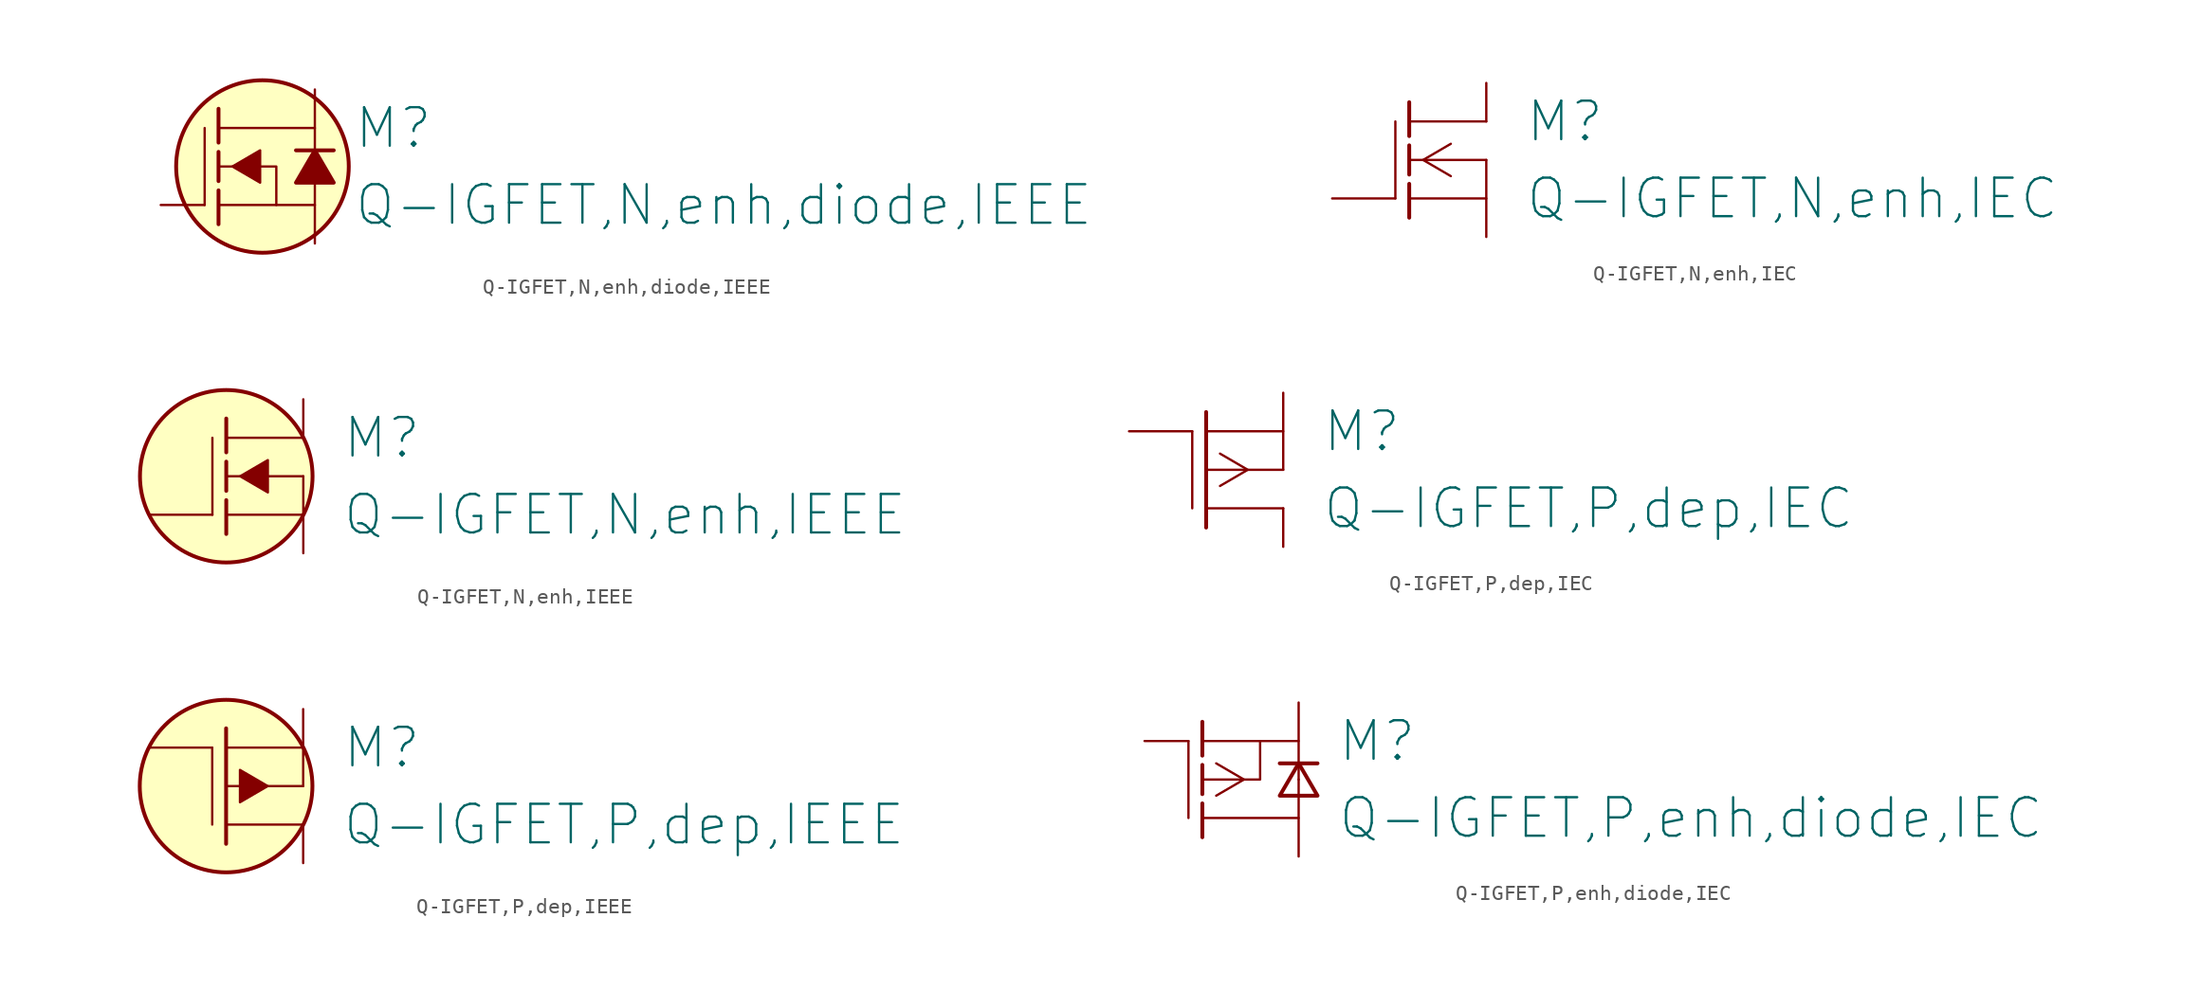
<source format=kicad_sym>
(kicad_symbol_lib
  (version 20211014)
  (generator kicad_symbol_editor)
  (symbol "Q-IGFET,N,enh,diode,IEEE"
    (pin_numbers hide)
    (pin_names
      (offset 0) hide)
    (property "Reference" "M"
      (at 7.62 2.54 0)
      (effects (font (size 2.54 2.54)) (justify left)))
    (property "Value" "Q-IGFET,N,enh,diode,IEEE"
      (at 7.62 -2.54 0)
      (effects (font (size 2.54 2.54)) (justify left)))
    (symbol "Q-IGFET,N,enh,diode,IEEE_1_1"
      (polyline (pts (xy -2.184 2.54) (xy -2.184 -2.54)) (stroke (width 0) (type default) (color 0 0 0 0)) (fill (type none)))
      (polyline (pts (xy -1.27 -1.575) (xy -1.27 -3.81)) (stroke (width 0.254) (type default) (color 0 0 0 0)) (fill (type none)))
      (polyline (pts (xy -1.27 0.965) (xy -1.27 -0.965)) (stroke (width 0.254) (type default) (color 0 0 0 0)) (fill (type none)))
      (polyline (pts (xy -1.27 3.81) (xy -1.27 1.575)) (stroke (width 0.254) (type default) (color 0 0 0 0)) (fill (type none)))
      (polyline (pts (xy 5.08 -2.54) (xy -1.27 -2.54)) (stroke (width 0) (type default) (color 0 0 0 0)) (fill (type none)))
      (polyline (pts (xy 5.08 2.54) (xy -1.27 2.54)) (stroke (width 0) (type default) (color 0 0 0 0)) (fill (type none)))
      (polyline (pts (xy 6.325 1.067) (xy 3.835 1.067)) (stroke (width 0.254) (type default) (color 0 0 0 0)) (fill (type none)))
      (polyline (pts (xy 2.54 -2.54) (xy 2.54 0) (xy -1.27 0)) (stroke (width 0) (type default) (color 0 0 0 0)) (fill (type none)))
      (polyline (pts (xy 1.473 1.067) (xy -0.356 0) (xy 1.473 -1.067) (xy 1.473 1.067)) (stroke (width 0) (type default) (color 0 0 0 0)) (fill (type outline)))
      (polyline (pts (xy 3.835 -1.067) (xy 5.08 1.067) (xy 6.325 -1.067) (xy 3.835 -1.067)) (stroke (width 0.254) (type default) (color 0 0 0 0)) (fill (type outline)))
      (circle (center 1.626 0) (radius 5.69) (stroke (width 0.254) (type default) (color 0 0 0 0)) (fill (type background)))
      (pin passive line (at 5.08 5.08 270) (length 4.013) (name "D" (effects (font (size 1.27 1.27)))) (number "1" (effects (font (size 1.829 1.829)))))
      (pin passive line (at -5.08 -2.54 0) (length 2.896) (name "G" (effects (font (size 1.27 1.27)))) (number "2" (effects (font (size 1.829 1.829)))))
      (pin passive line (at 5.08 -5.08 90) (length 4.013) (name "S" (effects (font (size 1.27 1.27)))) (number "3" (effects (font (size 1.829 1.829)))))))
  (symbol "Q-IGFET,N,enh,IEC"
    (pin_numbers hide)
    (pin_names
      (offset 0) hide)
    (property "Reference" "M"
      (at 7.62 2.54 0)
      (effects (font (size 2.54 2.54)) (justify left)))
    (property "Value" "Q-IGFET,N,enh,IEC"
      (at 7.62 -2.54 0)
      (effects (font (size 2.54 2.54)) (justify left)))
    (symbol "Q-IGFET,N,enh,IEC_1_1"
      (polyline (pts (xy -0.914 2.54) (xy -0.914 -2.54)) (stroke (width 0) (type default) (color 0 0 0 0)) (fill (type none)))
      (polyline (pts (xy 0 -1.575) (xy 0 -3.81)) (stroke (width 0.254) (type default) (color 0 0 0 0)) (fill (type none)))
      (polyline (pts (xy 0 0.965) (xy 0 -0.965)) (stroke (width 0.254) (type default) (color 0 0 0 0)) (fill (type none)))
      (polyline (pts (xy 0 3.81) (xy 0 1.575)) (stroke (width 0.254) (type default) (color 0 0 0 0)) (fill (type none)))
      (polyline (pts (xy 5.08 -2.54) (xy 0 -2.54)) (stroke (width 0) (type default) (color 0 0 0 0)) (fill (type none)))
      (polyline (pts (xy 5.08 0) (xy 0 0)) (stroke (width 0) (type default) (color 0 0 0 0)) (fill (type none)))
      (polyline (pts (xy 5.08 2.54) (xy 0 2.54)) (stroke (width 0) (type default) (color 0 0 0 0)) (fill (type none)))
      (polyline (pts (xy 2.743 1.067) (xy 0.914 0) (xy 2.743 -1.067)) (stroke (width 0) (type default) (color 0 0 0 0)) (fill (type none)))
      (pin passive line (at 5.08 5.08 270) (length 2.54) (name "D" (effects (font (size 1.27 1.27)))) (number "1" (effects (font (size 1.829 1.829)))))
      (pin passive line (at -5.08 -2.54 0) (length 4.166) (name "G" (effects (font (size 1.27 1.27)))) (number "2" (effects (font (size 1.829 1.829)))))
      (pin passive line (at 5.08 -5.08 90) (length 5.08) (name "S" (effects (font (size 1.27 1.27)))) (number "3" (effects (font (size 1.829 1.829)))))))
  (symbol "Q-IGFET,N,enh,IEEE"
    (pin_numbers hide)
    (pin_names
      (offset 0) hide)
    (property "Reference" "M"
      (at 7.62 2.54 0)
      (effects (font (size 2.54 2.54)) (justify left)))
    (property "Value" "Q-IGFET,N,enh,IEEE"
      (at 7.62 -2.54 0)
      (effects (font (size 2.54 2.54)) (justify left)))
    (symbol "Q-IGFET,N,enh,IEEE_1_1"
      (polyline (pts (xy -0.914 2.54) (xy -0.914 -2.54)) (stroke (width 0) (type default) (color 0 0 0 0)) (fill (type none)))
      (polyline (pts (xy 0 -1.575) (xy 0 -3.81)) (stroke (width 0.254) (type default) (color 0 0 0 0)) (fill (type none)))
      (polyline (pts (xy 0 0.965) (xy 0 -0.965)) (stroke (width 0.254) (type default) (color 0 0 0 0)) (fill (type none)))
      (polyline (pts (xy 0 3.81) (xy 0 1.575)) (stroke (width 0.254) (type default) (color 0 0 0 0)) (fill (type none)))
      (polyline (pts (xy 5.08 -2.54) (xy 0 -2.54)) (stroke (width 0) (type default) (color 0 0 0 0)) (fill (type none)))
      (polyline (pts (xy 5.08 0) (xy 0 0)) (stroke (width 0) (type default) (color 0 0 0 0)) (fill (type none)))
      (polyline (pts (xy 5.08 2.54) (xy 0 2.54)) (stroke (width 0) (type default) (color 0 0 0 0)) (fill (type none)))
      (polyline (pts (xy 2.743 1.067) (xy 0.914 0) (xy 2.743 -1.067) (xy 2.743 1.067)) (stroke (width 0) (type default) (color 0 0 0 0)) (fill (type outline)))
      (circle (center 0 0) (radius 5.69) (stroke (width 0.254) (type default) (color 0 0 0 0)) (fill (type background)))
      (pin passive line (at 5.08 5.08 270) (length 2.54) (name "D" (effects (font (size 1.27 1.27)))) (number "1" (effects (font (size 1.829 1.829)))))
      (pin passive line (at -5.08 -2.54 0) (length 4.166) (name "G" (effects (font (size 1.27 1.27)))) (number "2" (effects (font (size 1.829 1.829)))))
      (pin passive line (at 5.08 -5.08 90) (length 5.08) (name "S" (effects (font (size 1.27 1.27)))) (number "3" (effects (font (size 1.829 1.829)))))))
  (symbol "Q-IGFET,P,dep,IEC"
    (pin_numbers hide)
    (pin_names
      (offset 0) hide)
    (property "Reference" "M"
      (at 7.62 2.54 0)
      (effects (font (size 2.54 2.54)) (justify left)))
    (property "Value" "Q-IGFET,P,dep,IEC"
      (at 7.62 -2.54 0)
      (effects (font (size 2.54 2.54)) (justify left)))
    (symbol "Q-IGFET,P,dep,IEC_1_1"
      (polyline (pts (xy -0.914 2.54) (xy -0.914 -2.54)) (stroke (width 0) (type default) (color 0 0 0 0)) (fill (type none)))
      (polyline (pts (xy 0 3.81) (xy 0 -3.81)) (stroke (width 0.254) (type default) (color 0 0 0 0)) (fill (type none)))
      (polyline (pts (xy 5.08 -2.54) (xy 0 -2.54)) (stroke (width 0) (type default) (color 0 0 0 0)) (fill (type none)))
      (polyline (pts (xy 5.08 0) (xy 0 0)) (stroke (width 0) (type default) (color 0 0 0 0)) (fill (type none)))
      (polyline (pts (xy 5.08 2.54) (xy 0 2.54)) (stroke (width 0) (type default) (color 0 0 0 0)) (fill (type none)))
      (polyline (pts (xy 0.914 1.067) (xy 2.743 0) (xy 0.914 -1.067)) (stroke (width 0) (type default) (color 0 0 0 0)) (fill (type none)))
      (pin passive line (at 5.08 -5.08 90) (length 2.54) (name "D" (effects (font (size 1.27 1.27)))) (number "1" (effects (font (size 1.829 1.829)))))
      (pin passive line (at -5.08 2.54 0) (length 4.166) (name "G" (effects (font (size 1.27 1.27)))) (number "2" (effects (font (size 1.829 1.829)))))
      (pin passive line (at 5.08 5.08 270) (length 5.08) (name "S" (effects (font (size 1.27 1.27)))) (number "3" (effects (font (size 1.829 1.829)))))))
  (symbol "Q-IGFET,P,dep,IEEE"
    (pin_numbers hide)
    (pin_names
      (offset 0) hide)
    (property "Reference" "M"
      (at 7.62 2.54 0)
      (effects (font (size 2.54 2.54)) (justify left)))
    (property "Value" "Q-IGFET,P,dep,IEEE"
      (at 7.62 -2.54 0)
      (effects (font (size 2.54 2.54)) (justify left)))
    (symbol "Q-IGFET,P,dep,IEEE_1_1"
      (polyline (pts (xy -0.914 2.54) (xy -0.914 -2.54)) (stroke (width 0) (type default) (color 0 0 0 0)) (fill (type none)))
      (polyline (pts (xy 0 3.81) (xy 0 -3.81)) (stroke (width 0.254) (type default) (color 0 0 0 0)) (fill (type none)))
      (polyline (pts (xy 5.08 -2.54) (xy 0 -2.54)) (stroke (width 0) (type default) (color 0 0 0 0)) (fill (type none)))
      (polyline (pts (xy 5.08 0) (xy 0 0)) (stroke (width 0) (type default) (color 0 0 0 0)) (fill (type none)))
      (polyline (pts (xy 5.08 2.54) (xy 0 2.54)) (stroke (width 0) (type default) (color 0 0 0 0)) (fill (type none)))
      (polyline (pts (xy 0.914 1.067) (xy 2.743 0) (xy 0.914 -1.067) (xy 0.914 1.067)) (stroke (width 0) (type default) (color 0 0 0 0)) (fill (type outline)))
      (circle (center 0 0) (radius 5.69) (stroke (width 0.254) (type default) (color 0 0 0 0)) (fill (type background)))
      (pin passive line (at 5.08 -5.08 90) (length 2.54) (name "D" (effects (font (size 1.27 1.27)))) (number "1" (effects (font (size 1.829 1.829)))))
      (pin passive line (at -5.08 2.54 0) (length 4.166) (name "G" (effects (font (size 1.27 1.27)))) (number "2" (effects (font (size 1.829 1.829)))))
      (pin passive line (at 5.08 5.08 270) (length 5.08) (name "S" (effects (font (size 1.27 1.27)))) (number "3" (effects (font (size 1.829 1.829)))))))
  (symbol "Q-IGFET,P,enh,diode,IEC"
    (pin_numbers hide)
    (pin_names
      (offset 0) hide)
    (property "Reference" "M"
      (at 7.62 2.54 0)
      (effects (font (size 2.54 2.54)) (justify left)))
    (property "Value" "Q-IGFET,P,enh,diode,IEC"
      (at 7.62 -2.54 0)
      (effects (font (size 2.54 2.54)) (justify left)))
    (symbol "Q-IGFET,P,enh,diode,IEC_1_1"
      (polyline (pts (xy -2.184 2.54) (xy -2.184 -2.54)) (stroke (width 0) (type default) (color 0 0 0 0)) (fill (type none)))
      (polyline (pts (xy -1.27 -1.575) (xy -1.27 -3.81)) (stroke (width 0.254) (type default) (color 0 0 0 0)) (fill (type none)))
      (polyline (pts (xy -1.27 0.965) (xy -1.27 -0.965)) (stroke (width 0.254) (type default) (color 0 0 0 0)) (fill (type none)))
      (polyline (pts (xy -1.27 3.81) (xy -1.27 1.575)) (stroke (width 0.254) (type default) (color 0 0 0 0)) (fill (type none)))
      (polyline (pts (xy 5.08 -2.54) (xy -1.27 -2.54)) (stroke (width 0) (type default) (color 0 0 0 0)) (fill (type none)))
      (polyline (pts (xy 5.08 2.54) (xy -1.27 2.54)) (stroke (width 0) (type default) (color 0 0 0 0)) (fill (type none)))
      (polyline (pts (xy 6.325 1.067) (xy 3.835 1.067)) (stroke (width 0.254) (type default) (color 0 0 0 0)) (fill (type none)))
      (polyline (pts (xy -0.356 1.067) (xy 1.473 0) (xy -0.356 -1.067)) (stroke (width 0) (type default) (color 0 0 0 0)) (fill (type none)))
      (polyline (pts (xy 2.54 2.54) (xy 2.54 0) (xy -1.27 0)) (stroke (width 0) (type default) (color 0 0 0 0)) (fill (type none)))
      (polyline (pts (xy 3.835 -1.067) (xy 5.08 1.067) (xy 6.325 -1.067) (xy 3.835 -1.067)) (stroke (width 0.254) (type default) (color 0 0 0 0)) (fill (type none)))
      (pin passive line (at 5.08 -5.08 90) (length 5.08) (name "D" (effects (font (size 1.27 1.27)))) (number "1" (effects (font (size 1.829 1.829)))))
      (pin passive line (at -5.08 2.54 0) (length 2.896) (name "G" (effects (font (size 1.27 1.27)))) (number "2" (effects (font (size 1.829 1.829)))))
      (pin passive line (at 5.08 5.08 270) (length 5.08) (name "S" (effects (font (size 1.27 1.27)))) (number "3" (effects (font (size 1.829 1.829))))))))
</source>
